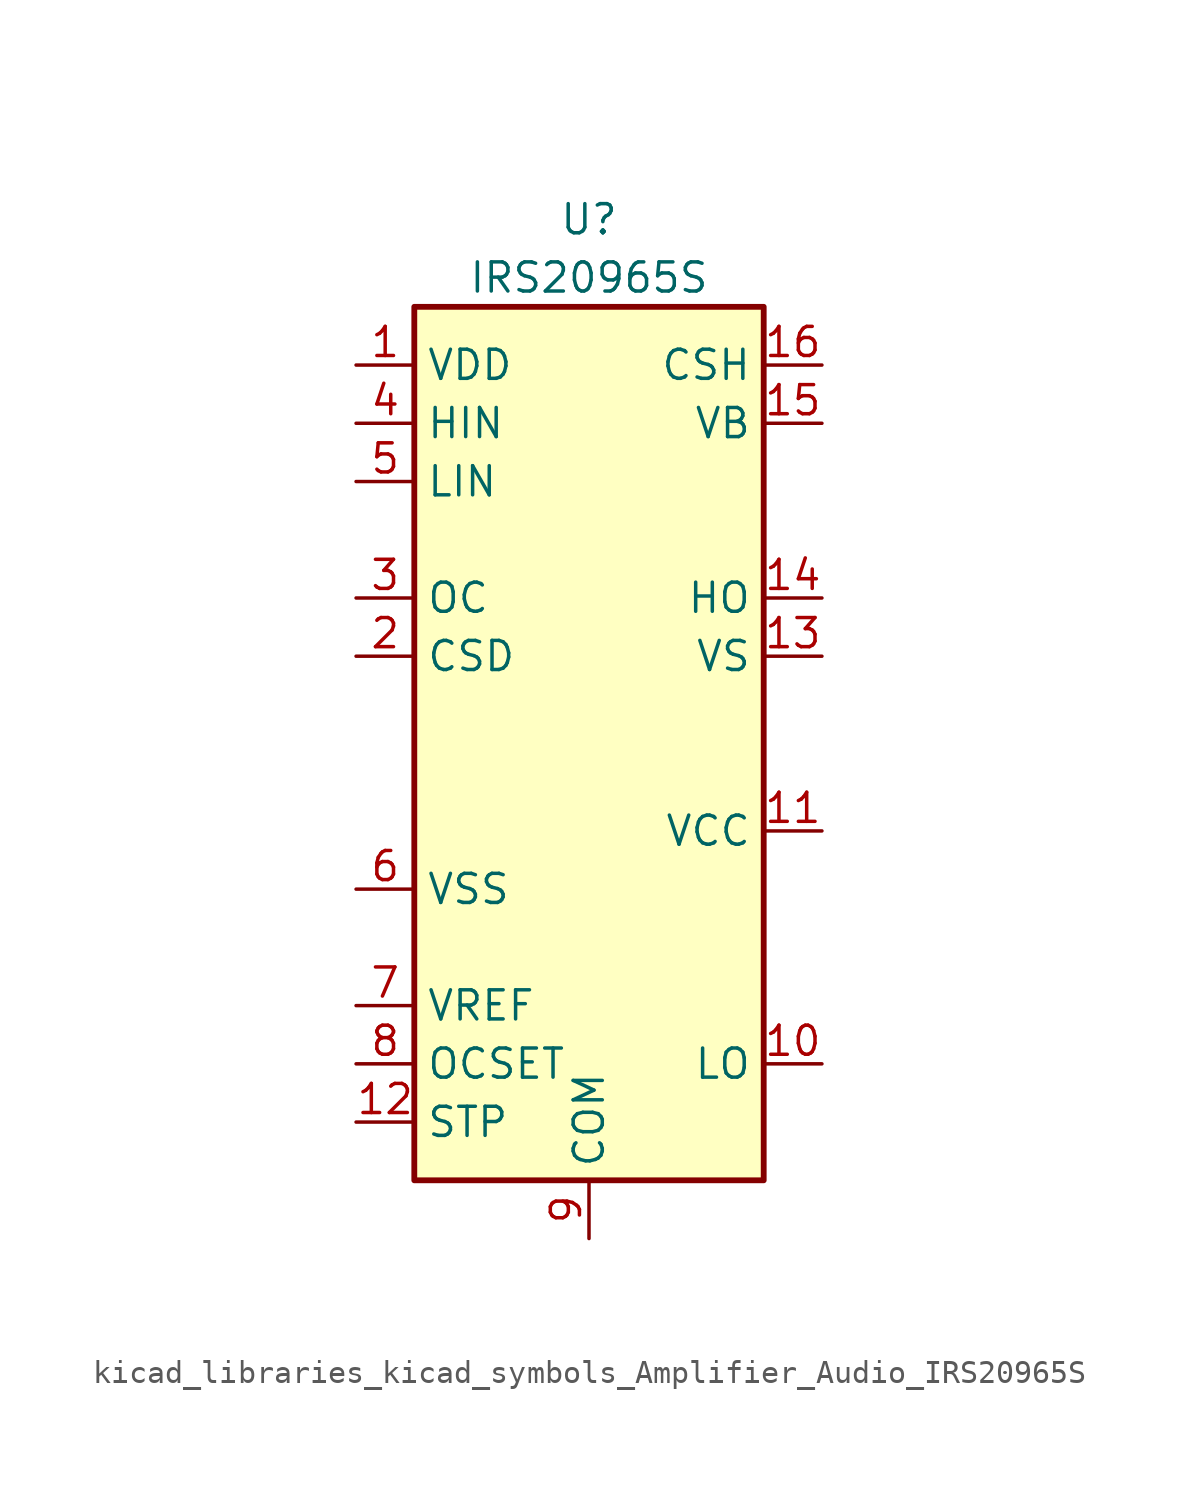
<source format=kicad_sym>
(kicad_symbol_lib
  (version 20220914)
  (generator kicad_symbol_editor)
  (symbol "kicad_libraries_kicad_symbols_Amplifier_Audio_IRS20965S"
    (property "Reference" "U"
      (at 0 24.13 0)
      (effects (font (size 1.27 1.27))))
    (property "Value" "IRS20965S"
      (at 0 21.59 0)
      (effects (font (size 1.27 1.27))))
    (symbol "kicad_libraries_kicad_symbols_Amplifier_Audio_IRS20965S_0_1"
      (rectangle (start -7.62 -17.78) (end 7.62 20.32) (stroke (width 0.254) (type default)) (fill (type background))))
    (symbol "kicad_libraries_kicad_symbols_Amplifier_Audio_IRS20965S_1_1"
      (pin power_in line (at -10.16 17.78 0) (length 2.54) (name "VDD" (effects (font (size 1.27 1.27)))) (number "1" (effects (font (size 1.27 1.27)))))
      (pin output line (at 10.16 -12.7 180) (length 2.54) (name "LO" (effects (font (size 1.27 1.27)))) (number "10" (effects (font (size 1.27 1.27)))))
      (pin power_in line (at 10.16 -2.54 180) (length 2.54) (name "VCC" (effects (font (size 1.27 1.27)))) (number "11" (effects (font (size 1.27 1.27)))))
      (pin input line (at -10.16 -15.24 0) (length 2.54) (name "STP" (effects (font (size 1.27 1.27)))) (number "12" (effects (font (size 1.27 1.27)))))
      (pin passive line (at 10.16 5.08 180) (length 2.54) (name "VS" (effects (font (size 1.27 1.27)))) (number "13" (effects (font (size 1.27 1.27)))))
      (pin output line (at 10.16 7.62 180) (length 2.54) (name "HO" (effects (font (size 1.27 1.27)))) (number "14" (effects (font (size 1.27 1.27)))))
      (pin power_in line (at 10.16 15.24 180) (length 2.54) (name "VB" (effects (font (size 1.27 1.27)))) (number "15" (effects (font (size 1.27 1.27)))))
      (pin passive line (at 10.16 17.78 180) (length 2.54) (name "CSH" (effects (font (size 1.27 1.27)))) (number "16" (effects (font (size 1.27 1.27)))))
      (pin passive line (at -10.16 5.08 0) (length 2.54) (name "CSD" (effects (font (size 1.27 1.27)))) (number "2" (effects (font (size 1.27 1.27)))))
      (pin open_collector line (at -10.16 7.62 0) (length 2.54) (name "OC" (effects (font (size 1.27 1.27)))) (number "3" (effects (font (size 1.27 1.27)))))
      (pin input line (at -10.16 15.24 0) (length 2.54) (name "HIN" (effects (font (size 1.27 1.27)))) (number "4" (effects (font (size 1.27 1.27)))))
      (pin input line (at -10.16 12.7 0) (length 2.54) (name "LIN" (effects (font (size 1.27 1.27)))) (number "5" (effects (font (size 1.27 1.27)))))
      (pin power_in line (at -10.16 -5.08 0) (length 2.54) (name "VSS" (effects (font (size 1.27 1.27)))) (number "6" (effects (font (size 1.27 1.27)))))
      (pin power_out line (at -10.16 -10.16 0) (length 2.54) (name "VREF" (effects (font (size 1.27 1.27)))) (number "7" (effects (font (size 1.27 1.27)))))
      (pin passive line (at -10.16 -12.7 0) (length 2.54) (name "OCSET" (effects (font (size 1.27 1.27)))) (number "8" (effects (font (size 1.27 1.27)))))
      (pin power_in line (at 0 -20.32 90) (length 2.54) (name "COM" (effects (font (size 1.27 1.27)))) (number "9" (effects (font (size 1.27 1.27))))))))
</source>
